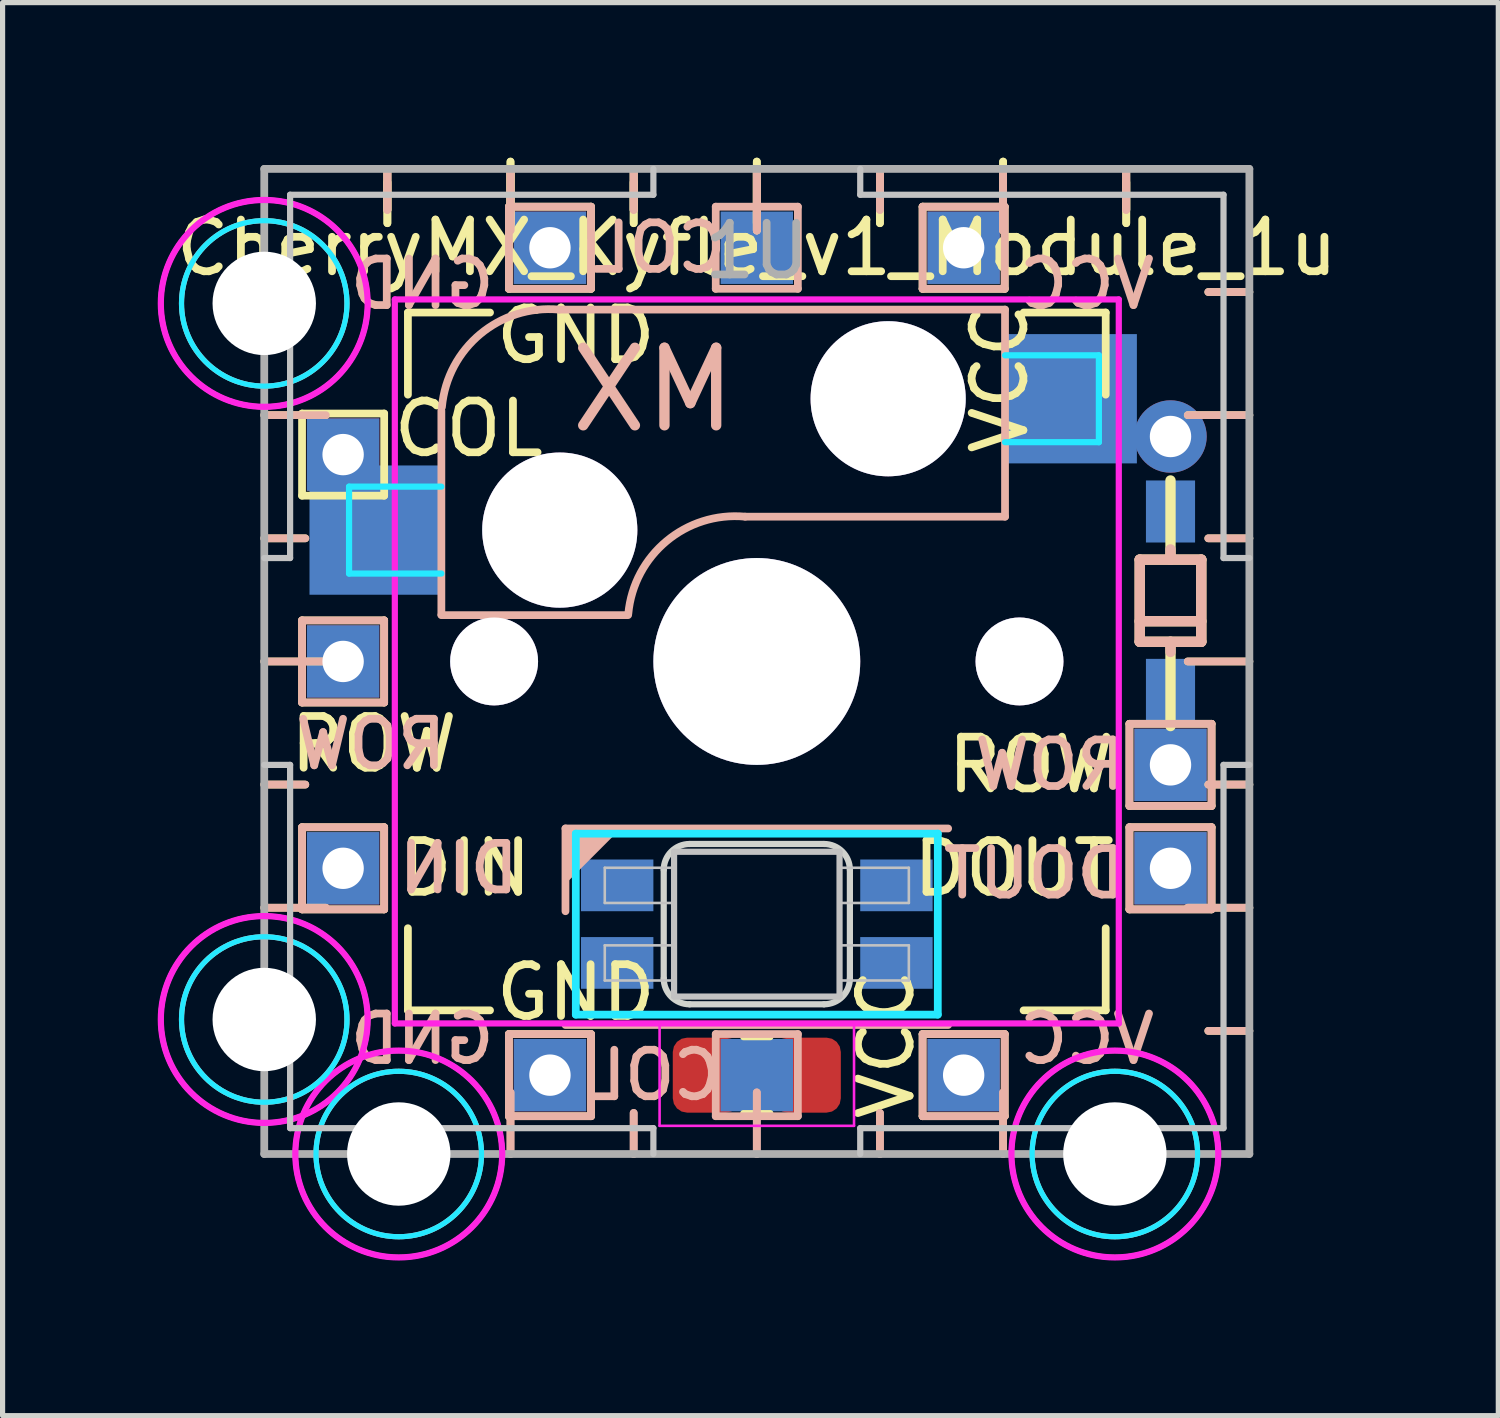
<source format=kicad_pcb>
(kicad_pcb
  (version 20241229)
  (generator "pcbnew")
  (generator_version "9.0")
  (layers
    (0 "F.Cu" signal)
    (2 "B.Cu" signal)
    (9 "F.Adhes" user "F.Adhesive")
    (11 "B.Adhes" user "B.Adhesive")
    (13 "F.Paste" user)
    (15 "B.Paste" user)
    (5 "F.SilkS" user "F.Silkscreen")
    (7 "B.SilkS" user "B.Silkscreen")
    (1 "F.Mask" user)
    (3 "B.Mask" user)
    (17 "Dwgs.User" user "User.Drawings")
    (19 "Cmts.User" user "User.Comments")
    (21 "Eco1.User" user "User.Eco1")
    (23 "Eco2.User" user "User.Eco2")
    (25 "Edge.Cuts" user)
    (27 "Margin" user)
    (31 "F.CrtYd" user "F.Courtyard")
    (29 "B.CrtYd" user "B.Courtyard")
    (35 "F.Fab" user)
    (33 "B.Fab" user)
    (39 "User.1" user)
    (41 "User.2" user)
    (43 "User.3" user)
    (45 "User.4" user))
  (footprint "CherryMX_Kyfle_v1_Module_1u"
    (layer "F.Cu")
    (at 11.585 9.741)
    (property "Reference" "CherryMX_Kyfle_v1_Module_1u" (at 0 -8 0) (unlocked yes) (layer "F.SilkS") (effects (font (size 1 1) (thickness 0.15))))
    (attr through_hole)
    (fp_line (start -8.794 -4.794) (end -7.206 -4.794) (stroke (width 0.15) (type solid)) (layer "F.SilkS"))
    (fp_line (start -8.794 -3.206) (end -8.794 -4.794) (stroke (width 0.15) (type solid)) (layer "F.SilkS"))
    (fp_line (start -8.794 -0.794) (end -7.206 -0.794) (stroke (width 0.15) (type solid)) (layer "F.SilkS"))
    (fp_line (start -8.794 0.794) (end -8.794 -0.794) (stroke (width 0.15) (type solid)) (layer "F.SilkS"))
    (fp_line (start -8.794 3.206) (end -7.206 3.206) (stroke (width 0.15) (type solid)) (layer "F.SilkS"))
    (fp_line (start -8.794 4.794) (end -8.794 3.206) (stroke (width 0.15) (type solid)) (layer "F.SilkS"))
    (fp_line (start -8.731 -7.144) (end -9.525 -7.144) (stroke (width 0.15) (type solid)) (layer "F.SilkS"))
    (fp_line (start -8.731 -2.381) (end -9.525 -2.381) (stroke (width 0.15) (type solid)) (layer "F.SilkS"))
    (fp_line (start -8.731 2.381) (end -9.525 2.381) (stroke (width 0.15) (type solid)) (layer "F.SilkS"))
    (fp_line (start -8.731 7.144) (end -9.525 7.144) (stroke (width 0.15) (type solid)) (layer "F.SilkS"))
    (fp_line (start -8.334 -4.763) (end -9.525 -4.763) (stroke (width 0.15) (type solid)) (layer "F.SilkS"))
    (fp_line (start -8.334 0) (end -9.525 0) (stroke (width 0.15) (type solid)) (layer "F.SilkS"))
    (fp_line (start -8.334 4.763) (end -9.525 4.763) (stroke (width 0.15) (type solid)) (layer "F.SilkS"))
    (fp_line (start -7.206 -4.794) (end -7.206 -3.206) (stroke (width 0.15) (type solid)) (layer "F.SilkS"))
    (fp_line (start -7.206 -3.206) (end -8.794 -3.206) (stroke (width 0.15) (type solid)) (layer "F.SilkS"))
    (fp_line (start -7.206 -0.794) (end -7.206 0.794) (stroke (width 0.15) (type solid)) (layer "F.SilkS"))
    (fp_line (start -7.206 0.794) (end -8.794 0.794) (stroke (width 0.15) (type solid)) (layer "F.SilkS"))
    (fp_line (start -7.206 3.206) (end -7.206 4.794) (stroke (width 0.15) (type solid)) (layer "F.SilkS"))
    (fp_line (start -7.206 4.794) (end -8.794 4.794) (stroke (width 0.15) (type solid)) (layer "F.SilkS"))
    (fp_line (start -7.144 -9.269) (end -7.144 -8.475) (stroke (width 0.15) (type solid)) (layer "F.SilkS"))
    (fp_line (start -7.144 -9.269) (end -7.144 -8.475) (stroke (width 0.15) (type solid)) (layer "F.SilkS"))
    (fp_line (start -7.144 -8.731) (end -7.144 -9.525) (stroke (width 0.15) (type solid)) (layer "F.SilkS"))
    (fp_line (start -7.144 -8.731) (end -7.144 -9.525) (stroke (width 0.15) (type solid)) (layer "F.SilkS"))
    (fp_line (start -6.747 -6.747) (end -5.159 -6.747) (stroke (width 0.15) (type solid)) (layer "F.SilkS"))
    (fp_line (start -6.747 -5.159) (end -6.747 -6.747) (stroke (width 0.15) (type solid)) (layer "F.SilkS"))
    (fp_line (start -6.747 6.747) (end -6.747 5.159) (stroke (width 0.15) (type solid)) (layer "F.SilkS"))
    (fp_line (start -5.159 6.747) (end -6.747 6.747) (stroke (width 0.15) (type solid)) (layer "F.SilkS"))
    (fp_line (start -4.794 -8.794) (end -3.206 -8.794) (stroke (width 0.15) (type solid)) (layer "F.SilkS"))
    (fp_line (start -4.794 -7.206) (end -4.794 -8.794) (stroke (width 0.15) (type solid)) (layer "F.SilkS"))
    (fp_line (start -4.794 7.206) (end -3.206 7.206) (stroke (width 0.15) (type solid)) (layer "F.SilkS"))
    (fp_line (start -4.794 8.794) (end -4.794 7.206) (stroke (width 0.15) (type solid)) (layer "F.SilkS"))
    (fp_line (start -4.763 -9.666) (end -4.763 -8.475) (stroke (width 0.15) (type solid)) (layer "F.SilkS"))
    (fp_line (start -4.763 -9.666) (end -4.763 -8.475) (stroke (width 0.15) (type solid)) (layer "F.SilkS"))
    (fp_line (start -4.763 -8.334) (end -4.763 -9.525) (stroke (width 0.15) (type solid)) (layer "F.SilkS"))
    (fp_line (start -4.763 -8.334) (end -4.763 -9.525) (stroke (width 0.15) (type solid)) (layer "F.SilkS"))
    (fp_line (start -3.206 -8.794) (end -3.206 -7.206) (stroke (width 0.15) (type solid)) (layer "F.SilkS"))
    (fp_line (start -3.206 -7.206) (end -4.794 -7.206) (stroke (width 0.15) (type solid)) (layer "F.SilkS"))
    (fp_line (start -3.206 7.206) (end -3.206 8.794) (stroke (width 0.15) (type solid)) (layer "F.SilkS"))
    (fp_line (start -3.206 8.794) (end -4.794 8.794) (stroke (width 0.15) (type solid)) (layer "F.SilkS"))
    (fp_line (start -2.381 -9.269) (end -2.381 -8.475) (stroke (width 0.15) (type solid)) (layer "F.SilkS"))
    (fp_line (start -2.381 -9.269) (end -2.381 -8.475) (stroke (width 0.15) (type solid)) (layer "F.SilkS"))
    (fp_line (start -2.381 -8.731) (end -2.381 -9.525) (stroke (width 0.15) (type solid)) (layer "F.SilkS"))
    (fp_line (start -2.381 -8.731) (end -2.381 -9.525) (stroke (width 0.15) (type solid)) (layer "F.SilkS"))
    (fp_line (start 0 -9.666) (end 0 -8.475) (stroke (width 0.15) (type solid)) (layer "F.SilkS"))
    (fp_line (start 0 -9.666) (end 0 -8.475) (stroke (width 0.15) (type solid)) (layer "F.SilkS"))
    (fp_line (start 0 -8.334) (end 0 -9.525) (stroke (width 0.15) (type solid)) (layer "F.SilkS"))
    (fp_line (start 0 -8.334) (end 0 -9.525) (stroke (width 0.15) (type solid)) (layer "F.SilkS"))
    (fp_line (start 0.261 7.265) (end -0.261 7.265) (stroke (width 0.12) (type solid)) (layer "F.SilkS"))
    (fp_line (start 0.261 8.735) (end -0.261 8.735) (stroke (width 0.12) (type solid)) (layer "F.SilkS"))
    (fp_line (start 2.381 -9.269) (end 2.381 -8.475) (stroke (width 0.15) (type solid)) (layer "F.SilkS"))
    (fp_line (start 2.381 -9.269) (end 2.381 -8.475) (stroke (width 0.15) (type solid)) (layer "F.SilkS"))
    (fp_line (start 2.381 -8.731) (end 2.381 -9.525) (stroke (width 0.15) (type solid)) (layer "F.SilkS"))
    (fp_line (start 2.381 -8.731) (end 2.381 -9.525) (stroke (width 0.15) (type solid)) (layer "F.SilkS"))
    (fp_line (start 3.206 -8.794) (end 4.794 -8.794) (stroke (width 0.15) (type solid)) (layer "F.SilkS"))
    (fp_line (start 3.206 -7.206) (end 3.206 -8.794) (stroke (width 0.15) (type solid)) (layer "F.SilkS"))
    (fp_line (start 3.206 7.206) (end 4.794 7.206) (stroke (width 0.15) (type solid)) (layer "F.SilkS"))
    (fp_line (start 3.206 8.794) (end 3.206 7.206) (stroke (width 0.15) (type solid)) (layer "F.SilkS"))
    (fp_line (start 4.763 -9.666) (end 4.763 -8.475) (stroke (width 0.15) (type solid)) (layer "F.SilkS"))
    (fp_line (start 4.763 -9.666) (end 4.763 -8.475) (stroke (width 0.15) (type solid)) (layer "F.SilkS"))
    (fp_line (start 4.763 -8.334) (end 4.763 -9.525) (stroke (width 0.15) (type solid)) (layer "F.SilkS"))
    (fp_line (start 4.763 -8.334) (end 4.763 -9.525) (stroke (width 0.15) (type solid)) (layer "F.SilkS"))
    (fp_line (start 4.794 -8.794) (end 4.794 -7.206) (stroke (width 0.15) (type solid)) (layer "F.SilkS"))
    (fp_line (start 4.794 -7.206) (end 3.206 -7.206) (stroke (width 0.15) (type solid)) (layer "F.SilkS"))
    (fp_line (start 4.794 7.206) (end 4.794 8.794) (stroke (width 0.15) (type solid)) (layer "F.SilkS"))
    (fp_line (start 4.794 8.794) (end 3.206 8.794) (stroke (width 0.15) (type solid)) (layer "F.SilkS"))
    (fp_line (start 5.159 -6.747) (end 6.747 -6.747) (stroke (width 0.15) (type solid)) (layer "F.SilkS"))
    (fp_line (start 6.747 -6.747) (end 6.747 -5.159) (stroke (width 0.15) (type solid)) (layer "F.SilkS"))
    (fp_line (start 6.747 5.159) (end 6.747 6.747) (stroke (width 0.15) (type solid)) (layer "F.SilkS"))
    (fp_line (start 6.747 6.747) (end 5.159 6.747) (stroke (width 0.15) (type solid)) (layer "F.SilkS"))
    (fp_line (start 7.144 -9.269) (end 7.144 -8.475) (stroke (width 0.15) (type solid)) (layer "F.SilkS"))
    (fp_line (start 7.144 -9.269) (end 7.144 -8.475) (stroke (width 0.15) (type solid)) (layer "F.SilkS"))
    (fp_line (start 7.144 -8.731) (end 7.144 -9.525) (stroke (width 0.15) (type solid)) (layer "F.SilkS"))
    (fp_line (start 7.144 -8.731) (end 7.144 -9.525) (stroke (width 0.15) (type solid)) (layer "F.SilkS"))
    (fp_line (start 7.206 1.206) (end 8.794 1.206) (stroke (width 0.15) (type solid)) (layer "F.SilkS"))
    (fp_line (start 7.206 2.794) (end 7.206 1.206) (stroke (width 0.15) (type solid)) (layer "F.SilkS"))
    (fp_line (start 7.206 3.206) (end 8.794 3.206) (stroke (width 0.15) (type solid)) (layer "F.SilkS"))
    (fp_line (start 7.206 4.794) (end 7.206 3.206) (stroke (width 0.15) (type solid)) (layer "F.SilkS"))
    (fp_line (start 7.405 -1.969) (end 8.595 -1.969) (stroke (width 0.2) (type solid)) (layer "F.SilkS"))
    (fp_line (start 7.405 -0.778) (end 8.595 -0.778) (stroke (width 0.2) (type solid)) (layer "F.SilkS"))
    (fp_line (start 7.405 -0.381) (end 7.405 -1.969) (stroke (width 0.2) (type solid)) (layer "F.SilkS"))
    (fp_line (start 8 -1.969) (end 8 -3.5) (stroke (width 0.2) (type solid)) (layer "F.SilkS"))
    (fp_line (start 8 1.25) (end 8 -0.381) (stroke (width 0.2) (type solid)) (layer "F.SilkS"))
    (fp_line (start 8.334 -4.763) (end 9.525 -4.763) (stroke (width 0.15) (type solid)) (layer "F.SilkS"))
    (fp_line (start 8.334 0) (end 9.525 0) (stroke (width 0.15) (type solid)) (layer "F.SilkS"))
    (fp_line (start 8.334 4.763) (end 9.525 4.763) (stroke (width 0.15) (type solid)) (layer "F.SilkS"))
    (fp_line (start 8.595 -1.969) (end 8.595 -0.381) (stroke (width 0.2) (type solid)) (layer "F.SilkS"))
    (fp_line (start 8.595 -0.381) (end 7.405 -0.381) (stroke (width 0.2) (type solid)) (layer "F.SilkS"))
    (fp_line (start 8.731 -7.144) (end 9.525 -7.144) (stroke (width 0.15) (type solid)) (layer "F.SilkS"))
    (fp_line (start 8.731 -2.381) (end 9.525 -2.381) (stroke (width 0.15) (type solid)) (layer "F.SilkS"))
    (fp_line (start 8.731 2.381) (end 9.525 2.381) (stroke (width 0.15) (type solid)) (layer "F.SilkS"))
    (fp_line (start 8.731 7.144) (end 9.525 7.144) (stroke (width 0.15) (type solid)) (layer "F.SilkS"))
    (fp_line (start 8.794 1.206) (end 8.794 2.794) (stroke (width 0.15) (type solid)) (layer "F.SilkS"))
    (fp_line (start 8.794 2.794) (end 7.206 2.794) (stroke (width 0.15) (type solid)) (layer "F.SilkS"))
    (fp_line (start 8.794 3.206) (end 8.794 4.794) (stroke (width 0.15) (type solid)) (layer "F.SilkS"))
    (fp_line (start 8.794 4.794) (end 7.206 4.794) (stroke (width 0.15) (type solid)) (layer "F.SilkS"))
    (fp_circle (center -9.525 -6.924) (end -7.525 -6.924) (stroke (width 0.1) (type solid)) (fill no) (layer "F.SilkS"))
    (fp_circle (center -9.525 6.924) (end -7.525 6.924) (stroke (width 0.1) (type solid)) (fill no) (layer "F.SilkS"))
    (fp_circle (center -6.924 9.525) (end -4.924 9.525) (stroke (width 0.1) (type solid)) (fill no) (layer "F.SilkS"))
    (fp_circle (center 6.924 9.525) (end 8.924 9.525) (stroke (width 0.1) (type solid)) (fill no) (layer "F.SilkS"))
    (fp_line (start -8.794 -0.794) (end -8.794 0.794) (stroke (width 0.15) (type solid)) (layer "B.SilkS"))
    (fp_line (start -8.794 0.794) (end -7.206 0.794) (stroke (width 0.15) (type solid)) (layer "B.SilkS"))
    (fp_line (start -8.794 3.206) (end -8.794 4.794) (stroke (width 0.15) (type solid)) (layer "B.SilkS"))
    (fp_line (start -8.794 4.794) (end -7.206 4.794) (stroke (width 0.15) (type solid)) (layer "B.SilkS"))
    (fp_line (start -8.731 -7.144) (end -9.525 -7.144) (stroke (width 0.15) (type solid)) (layer "B.SilkS"))
    (fp_line (start -8.731 -2.381) (end -9.525 -2.381) (stroke (width 0.15) (type solid)) (layer "B.SilkS"))
    (fp_line (start -8.731 2.381) (end -9.525 2.381) (stroke (width 0.15) (type solid)) (layer "B.SilkS"))
    (fp_line (start -8.731 7.144) (end -9.525 7.144) (stroke (width 0.15) (type solid)) (layer "B.SilkS"))
    (fp_line (start -8.334 -4.763) (end -9.525 -4.763) (stroke (width 0.15) (type solid)) (layer "B.SilkS"))
    (fp_line (start -8.334 0) (end -9.525 0) (stroke (width 0.15) (type solid)) (layer "B.SilkS"))
    (fp_line (start -8.334 4.763) (end -9.525 4.763) (stroke (width 0.15) (type solid)) (layer "B.SilkS"))
    (fp_line (start -7.206 -0.794) (end -8.794 -0.794) (stroke (width 0.15) (type solid)) (layer "B.SilkS"))
    (fp_line (start -7.206 0.794) (end -7.206 -0.794) (stroke (width 0.15) (type solid)) (layer "B.SilkS"))
    (fp_line (start -7.206 3.206) (end -8.794 3.206) (stroke (width 0.15) (type solid)) (layer "B.SilkS"))
    (fp_line (start -7.206 4.794) (end -7.206 3.206) (stroke (width 0.15) (type solid)) (layer "B.SilkS"))
    (fp_line (start -7.144 -8.731) (end -7.144 -9.525) (stroke (width 0.15) (type solid)) (layer "B.SilkS"))
    (fp_line (start -7.144 -8.731) (end -7.144 -9.525) (stroke (width 0.15) (type solid)) (layer "B.SilkS"))
    (fp_line (start -7.144 8.731) (end -7.144 9.525) (stroke (width 0.15) (type solid)) (layer "B.SilkS"))
    (fp_line (start -7.144 8.731) (end -7.144 9.525) (stroke (width 0.15) (type solid)) (layer "B.SilkS"))
    (fp_line (start -6.1 -4.85) (end -6.1 -0.905) (stroke (width 0.15) (type solid)) (layer "B.SilkS"))
    (fp_line (start -6.1 -0.896) (end -2.49 -0.896) (stroke (width 0.15) (type solid)) (layer "B.SilkS"))
    (fp_line (start -4.794 -8.794) (end -4.794 -7.206) (stroke (width 0.15) (type solid)) (layer "B.SilkS"))
    (fp_line (start -4.794 -7.206) (end -3.206 -7.206) (stroke (width 0.15) (type solid)) (layer "B.SilkS"))
    (fp_line (start -4.794 7.206) (end -4.794 8.794) (stroke (width 0.15) (type solid)) (layer "B.SilkS"))
    (fp_line (start -4.794 8.794) (end -3.206 8.794) (stroke (width 0.15) (type solid)) (layer "B.SilkS"))
    (fp_line (start -4.763 -8.334) (end -4.763 -9.525) (stroke (width 0.15) (type solid)) (layer "B.SilkS"))
    (fp_line (start -4.763 -8.334) (end -4.763 -9.525) (stroke (width 0.15) (type solid)) (layer "B.SilkS"))
    (fp_line (start -4.763 8.334) (end -4.763 9.525) (stroke (width 0.15) (type solid)) (layer "B.SilkS"))
    (fp_line (start -4.763 8.334) (end -4.763 9.525) (stroke (width 0.15) (type solid)) (layer "B.SilkS"))
    (fp_line (start -3.7 4.83) (end -3.7 3.23) (stroke (width 0.15) (type solid)) (layer "B.SilkS"))
    (fp_line (start -3.206 -8.794) (end -4.794 -8.794) (stroke (width 0.15) (type solid)) (layer "B.SilkS"))
    (fp_line (start -3.206 -7.206) (end -3.206 -8.794) (stroke (width 0.15) (type solid)) (layer "B.SilkS"))
    (fp_line (start -3.206 7.206) (end -4.794 7.206) (stroke (width 0.15) (type solid)) (layer "B.SilkS"))
    (fp_line (start -3.206 8.794) (end -3.206 7.206) (stroke (width 0.15) (type solid)) (layer "B.SilkS"))
    (fp_line (start -2.381 -8.731) (end -2.381 -9.525) (stroke (width 0.15) (type solid)) (layer "B.SilkS"))
    (fp_line (start -2.381 -8.731) (end -2.381 -9.525) (stroke (width 0.15) (type solid)) (layer "B.SilkS"))
    (fp_line (start -2.381 8.731) (end -2.381 9.525) (stroke (width 0.15) (type solid)) (layer "B.SilkS"))
    (fp_line (start -2.381 8.731) (end -2.381 9.525) (stroke (width 0.15) (type solid)) (layer "B.SilkS"))
    (fp_line (start -0.794 -8.794) (end -0.794 -7.206) (stroke (width 0.15) (type solid)) (layer "B.SilkS"))
    (fp_line (start -0.794 -7.206) (end 0.794 -7.206) (stroke (width 0.15) (type solid)) (layer "B.SilkS"))
    (fp_line (start -0.794 7.206) (end -0.794 8.794) (stroke (width 0.15) (type solid)) (layer "B.SilkS"))
    (fp_line (start -0.794 8.794) (end 0.794 8.794) (stroke (width 0.15) (type solid)) (layer "B.SilkS"))
    (fp_line (start 0 -8.334) (end 0 -9.525) (stroke (width 0.15) (type solid)) (layer "B.SilkS"))
    (fp_line (start 0 -8.334) (end 0 -9.525) (stroke (width 0.15) (type solid)) (layer "B.SilkS"))
    (fp_line (start 0 8.334) (end 0 9.525) (stroke (width 0.15) (type solid)) (layer "B.SilkS"))
    (fp_line (start 0 8.334) (end 0 9.525) (stroke (width 0.15) (type solid)) (layer "B.SilkS"))
    (fp_line (start 0.794 -8.794) (end -0.794 -8.794) (stroke (width 0.15) (type solid)) (layer "B.SilkS"))
    (fp_line (start 0.794 -7.206) (end 0.794 -8.794) (stroke (width 0.15) (type solid)) (layer "B.SilkS"))
    (fp_line (start 0.794 7.206) (end -0.794 7.206) (stroke (width 0.15) (type solid)) (layer "B.SilkS"))
    (fp_line (start 0.794 8.794) (end 0.794 7.206) (stroke (width 0.15) (type solid)) (layer "B.SilkS"))
    (fp_line (start 2.381 -8.731) (end 2.381 -9.525) (stroke (width 0.15) (type solid)) (layer "B.SilkS"))
    (fp_line (start 2.381 -8.731) (end 2.381 -9.525) (stroke (width 0.15) (type solid)) (layer "B.SilkS"))
    (fp_line (start 2.381 8.731) (end 2.381 9.525) (stroke (width 0.15) (type solid)) (layer "B.SilkS"))
    (fp_line (start 2.381 8.731) (end 2.381 9.525) (stroke (width 0.15) (type solid)) (layer "B.SilkS"))
    (fp_line (start 3.206 -8.794) (end 3.206 -7.206) (stroke (width 0.15) (type solid)) (layer "B.SilkS"))
    (fp_line (start 3.206 -7.206) (end 4.794 -7.206) (stroke (width 0.15) (type solid)) (layer "B.SilkS"))
    (fp_line (start 3.206 7.206) (end 3.206 8.794) (stroke (width 0.15) (type solid)) (layer "B.SilkS"))
    (fp_line (start 3.206 8.794) (end 4.794 8.794) (stroke (width 0.15) (type solid)) (layer "B.SilkS"))
    (fp_line (start 3.7 3.23) (end -3.7 3.23) (stroke (width 0.15) (type solid)) (layer "B.SilkS"))
    (fp_line (start 3.7 7.03) (end -3.7 7.03) (stroke (width 0.15) (type solid)) (layer "B.SilkS"))
    (fp_line (start 4.763 -8.334) (end 4.763 -9.525) (stroke (width 0.15) (type solid)) (layer "B.SilkS"))
    (fp_line (start 4.763 -8.334) (end 4.763 -9.525) (stroke (width 0.15) (type solid)) (layer "B.SilkS"))
    (fp_line (start 4.763 8.334) (end 4.763 9.525) (stroke (width 0.15) (type solid)) (layer "B.SilkS"))
    (fp_line (start 4.763 8.334) (end 4.763 9.525) (stroke (width 0.15) (type solid)) (layer "B.SilkS"))
    (fp_line (start 4.794 -8.794) (end 3.206 -8.794) (stroke (width 0.15) (type solid)) (layer "B.SilkS"))
    (fp_line (start 4.794 -7.206) (end 4.794 -8.794) (stroke (width 0.15) (type solid)) (layer "B.SilkS"))
    (fp_line (start 4.794 7.206) (end 3.206 7.206) (stroke (width 0.15) (type solid)) (layer "B.SilkS"))
    (fp_line (start 4.794 8.794) (end 4.794 7.206) (stroke (width 0.15) (type solid)) (layer "B.SilkS"))
    (fp_line (start 4.8 -6.804) (end -3.825 -6.804) (stroke (width 0.15) (type solid)) (layer "B.SilkS"))
    (fp_line (start 4.8 -2.8) (end -0.225 -2.8) (stroke (width 0.15) (type solid)) (layer "B.SilkS"))
    (fp_line (start 4.8 -2.8) (end 4.8 -6.804) (stroke (width 0.15) (type solid)) (layer "B.SilkS"))
    (fp_line (start 7.144 -8.731) (end 7.144 -9.525) (stroke (width 0.15) (type solid)) (layer "B.SilkS"))
    (fp_line (start 7.144 -8.731) (end 7.144 -9.525) (stroke (width 0.15) (type solid)) (layer "B.SilkS"))
    (fp_line (start 7.144 8.731) (end 7.144 9.525) (stroke (width 0.15) (type solid)) (layer "B.SilkS"))
    (fp_line (start 7.144 8.731) (end 7.144 9.525) (stroke (width 0.15) (type solid)) (layer "B.SilkS"))
    (fp_line (start 7.206 1.206) (end 7.206 2.794) (stroke (width 0.15) (type solid)) (layer "B.SilkS"))
    (fp_line (start 7.206 2.794) (end 8.794 2.794) (stroke (width 0.15) (type solid)) (layer "B.SilkS"))
    (fp_line (start 7.206 3.206) (end 7.206 4.794) (stroke (width 0.15) (type solid)) (layer "B.SilkS"))
    (fp_line (start 7.206 4.794) (end 8.794 4.794) (stroke (width 0.15) (type solid)) (layer "B.SilkS"))
    (fp_line (start 7.405 -1.969) (end 7.405 -0.381) (stroke (width 0.2) (type solid)) (layer "B.SilkS"))
    (fp_line (start 7.405 -0.381) (end 8.595 -0.381) (stroke (width 0.2) (type solid)) (layer "B.SilkS"))
    (fp_line (start 8 -1.969) (end 8 -2.167) (stroke (width 0.2) (type solid)) (layer "B.SilkS"))
    (fp_line (start 8 -0.183) (end 8 -0.381) (stroke (width 0.2) (type solid)) (layer "B.SilkS"))
    (fp_line (start 8.334 -4.763) (end 9.525 -4.763) (stroke (width 0.15) (type solid)) (layer "B.SilkS"))
    (fp_line (start 8.334 0) (end 9.525 0) (stroke (width 0.15) (type solid)) (layer "B.SilkS"))
    (fp_line (start 8.334 4.763) (end 9.525 4.763) (stroke (width 0.15) (type solid)) (layer "B.SilkS"))
    (fp_line (start 8.595 -1.969) (end 7.405 -1.969) (stroke (width 0.2) (type solid)) (layer "B.SilkS"))
    (fp_line (start 8.595 -0.778) (end 7.405 -0.778) (stroke (width 0.2) (type solid)) (layer "B.SilkS"))
    (fp_line (start 8.595 -0.381) (end 8.595 -1.969) (stroke (width 0.2) (type solid)) (layer "B.SilkS"))
    (fp_line (start 8.731 -7.144) (end 9.525 -7.144) (stroke (width 0.15) (type solid)) (layer "B.SilkS"))
    (fp_line (start 8.731 -2.381) (end 9.525 -2.381) (stroke (width 0.15) (type solid)) (layer "B.SilkS"))
    (fp_line (start 8.731 2.381) (end 9.525 2.381) (stroke (width 0.15) (type solid)) (layer "B.SilkS"))
    (fp_line (start 8.731 7.144) (end 9.525 7.144) (stroke (width 0.15) (type solid)) (layer "B.SilkS"))
    (fp_line (start 8.794 1.206) (end 7.206 1.206) (stroke (width 0.15) (type solid)) (layer "B.SilkS"))
    (fp_line (start 8.794 2.794) (end 8.794 1.206) (stroke (width 0.15) (type solid)) (layer "B.SilkS"))
    (fp_line (start 8.794 3.206) (end 7.206 3.206) (stroke (width 0.15) (type solid)) (layer "B.SilkS"))
    (fp_line (start 8.794 4.794) (end 8.794 3.206) (stroke (width 0.15) (type solid)) (layer "B.SilkS"))
    (fp_arc (start -6.089 -4.92) (mid -5.347189 -6.33089) (end -3.825 -6.804) (stroke (width 0.15) (type solid)) (layer "B.SilkS"))
    (fp_arc (start -2.485 -0.92) (mid -1.744361 -2.328061) (end -0.225 -2.8) (stroke (width 0.15) (type solid)) (layer "B.SilkS"))
    (fp_circle (center -9.525 -6.924) (end -7.925 -6.924) (stroke (width 0.1) (type solid)) (fill no) (layer "B.SilkS"))
    (fp_circle (center -9.525 6.924) (end -7.925 6.924) (stroke (width 0.1) (type solid)) (fill no) (layer "B.SilkS"))
    (fp_circle (center -6.924 9.525) (end -5.324 9.525) (stroke (width 0.1) (type solid)) (fill no) (layer "B.SilkS"))
    (fp_circle (center 6.924 9.525) (end 8.524 9.525) (stroke (width 0.1) (type solid)) (fill no) (layer "B.SilkS"))
    (fp_poly (pts (xy -3.699 4.23) (xy -2.7 3.23) (xy -3.7 3.23)) (stroke (width 0.1) (type solid)) (fill yes) (layer "B.SilkS"))
    (fp_line (start -9.025 -9.025) (end -2 -9.025) (stroke (width 0.12) (type solid)) (layer "Dwgs.User"))
    (fp_line (start -9.025 -2) (end -9.525 -2) (stroke (width 0.12) (type solid)) (layer "Dwgs.User"))
    (fp_line (start -9.025 -2) (end -9.025 -9.025) (stroke (width 0.12) (type solid)) (layer "Dwgs.User"))
    (fp_line (start -9.025 2) (end -9.525 2) (stroke (width 0.12) (type solid)) (layer "Dwgs.User"))
    (fp_line (start -9.025 9.025) (end -9.025 2) (stroke (width 0.12) (type solid)) (layer "Dwgs.User"))
    (fp_line (start -2.94 3.99) (end -1.6 3.99) (stroke (width 0.05) (type solid)) (layer "Dwgs.User"))
    (fp_line (start -2.94 4.67) (end -2.94 3.99) (stroke (width 0.05) (type solid)) (layer "Dwgs.User"))
    (fp_line (start -2.94 5.49) (end -2.94 6.17) (stroke (width 0.05) (type solid)) (layer "Dwgs.User"))
    (fp_line (start -2.94 5.49) (end -1.6 5.49) (stroke (width 0.05) (type solid)) (layer "Dwgs.User"))
    (fp_line (start -2 -9.025) (end -2 -9.525) (stroke (width 0.12) (type solid)) (layer "Dwgs.User"))
    (fp_line (start -2 9.025) (end -9.025 9.025) (stroke (width 0.12) (type solid)) (layer "Dwgs.User"))
    (fp_line (start -2 9.025) (end -2 9.525) (stroke (width 0.12) (type solid)) (layer "Dwgs.User"))
    (fp_line (start -1.6 3.68) (end -1.6 6.48) (stroke (width 0.12) (type solid)) (layer "Dwgs.User"))
    (fp_line (start -1.6 4.67) (end -2.94 4.67) (stroke (width 0.05) (type solid)) (layer "Dwgs.User"))
    (fp_line (start -1.6 6.17) (end -2.94 6.17) (stroke (width 0.05) (type solid)) (layer "Dwgs.User"))
    (fp_line (start -1.6 6.48) (end 1.6 6.48) (stroke (width 0.12) (type solid)) (layer "Dwgs.User"))
    (fp_line (start 1.6 3.68) (end -1.6 3.68) (stroke (width 0.12) (type solid)) (layer "Dwgs.User"))
    (fp_line (start 1.6 4.67) (end 2.94 4.67) (stroke (width 0.05) (type solid)) (layer "Dwgs.User"))
    (fp_line (start 1.6 6.17) (end 2.94 6.17) (stroke (width 0.05) (type solid)) (layer "Dwgs.User"))
    (fp_line (start 1.6 6.48) (end 1.6 3.68) (stroke (width 0.12) (type solid)) (layer "Dwgs.User"))
    (fp_line (start 2 -9.025) (end 2 -9.525) (stroke (width 0.12) (type solid)) (layer "Dwgs.User"))
    (fp_line (start 2 -9.025) (end 9.025 -9.025) (stroke (width 0.12) (type solid)) (layer "Dwgs.User"))
    (fp_line (start 2 9.025) (end 2 9.525) (stroke (width 0.12) (type solid)) (layer "Dwgs.User"))
    (fp_line (start 2.94 3.99) (end 1.6 3.99) (stroke (width 0.05) (type solid)) (layer "Dwgs.User"))
    (fp_line (start 2.94 4.67) (end 2.94 3.99) (stroke (width 0.05) (type solid)) (layer "Dwgs.User"))
    (fp_line (start 2.94 5.49) (end 1.6 5.49) (stroke (width 0.05) (type solid)) (layer "Dwgs.User"))
    (fp_line (start 2.94 5.49) (end 2.94 6.17) (stroke (width 0.05) (type solid)) (layer "Dwgs.User"))
    (fp_line (start 9.025 -9.025) (end 9.025 -2) (stroke (width 0.12) (type solid)) (layer "Dwgs.User"))
    (fp_line (start 9.025 -2) (end 9.525 -2) (stroke (width 0.12) (type solid)) (layer "Dwgs.User"))
    (fp_line (start 9.025 2) (end 9.025 9.025) (stroke (width 0.12) (type solid)) (layer "Dwgs.User"))
    (fp_line (start 9.025 2) (end 9.525 2) (stroke (width 0.12) (type solid)) (layer "Dwgs.User"))
    (fp_line (start 9.025 9.025) (end 2 9.025) (stroke (width 0.12) (type solid)) (layer "Dwgs.User"))
    (fp_line (start -1.8 4.03) (end -1.8 6.13) (stroke (width 0.12) (type solid)) (layer "Edge.Cuts"))
    (fp_line (start -1.3 6.63) (end 1.3 6.63) (stroke (width 0.12) (type solid)) (layer "Edge.Cuts"))
    (fp_line (start 1.3 3.53) (end -1.3 3.53) (stroke (width 0.12) (type solid)) (layer "Edge.Cuts"))
    (fp_line (start 1.8 6.13) (end 1.8 4.03) (stroke (width 0.12) (type solid)) (layer "Edge.Cuts"))
    (fp_arc (start -1.8 4.03) (mid -1.653553 3.676447) (end -1.3 3.53) (stroke (width 0.12) (type solid)) (layer "Edge.Cuts"))
    (fp_arc (start -1.3 6.63) (mid -1.653553 6.483553) (end -1.8 6.13) (stroke (width 0.12) (type solid)) (layer "Edge.Cuts"))
    (fp_arc (start 1.3 3.53) (mid 1.653553 3.676447) (end 1.8 4.03) (stroke (width 0.12) (type solid)) (layer "Edge.Cuts"))
    (fp_arc (start 1.8 6.13) (mid 1.653553 6.483553) (end 1.3 6.63) (stroke (width 0.12) (type solid)) (layer "Edge.Cuts"))
    (fp_line (start -7.885 -3.38) (end -7.885 -1.7) (stroke (width 0.12) (type solid)) (layer "B.CrtYd"))
    (fp_line (start -7.885 -3.38) (end -6.1 -3.38) (stroke (width 0.12) (type solid)) (layer "B.CrtYd"))
    (fp_line (start -7.885 -1.7) (end -6.1 -1.7) (stroke (width 0.12) (type solid)) (layer "B.CrtYd"))
    (fp_line (start -3.5 3.33) (end -3.5 6.83) (stroke (width 0.15) (type solid)) (layer "B.CrtYd"))
    (fp_line (start -3.5 6.83) (end 3.5 6.83) (stroke (width 0.15) (type solid)) (layer "B.CrtYd"))
    (fp_line (start 3.5 3.33) (end -3.5 3.33) (stroke (width 0.15) (type solid)) (layer "B.CrtYd"))
    (fp_line (start 3.5 6.83) (end 3.5 3.33) (stroke (width 0.15) (type solid)) (layer "B.CrtYd"))
    (fp_line (start 4.8 -5.92) (end 6.615 -5.92) (stroke (width 0.12) (type solid)) (layer "B.CrtYd"))
    (fp_line (start 6.615 -5.92) (end 6.615 -4.24) (stroke (width 0.12) (type solid)) (layer "B.CrtYd"))
    (fp_line (start 6.615 -4.24) (end 4.8 -4.24) (stroke (width 0.12) (type solid)) (layer "B.CrtYd"))
    (fp_circle (center -9.525 -6.924) (end -7.925 -6.924) (stroke (width 0.1) (type solid)) (fill no) (layer "B.CrtYd"))
    (fp_circle (center -9.525 6.924) (end -7.925 6.924) (stroke (width 0.1) (type solid)) (fill no) (layer "B.CrtYd"))
    (fp_circle (center -6.924 9.525) (end -5.324 9.525) (stroke (width 0.1) (type solid)) (fill no) (layer "B.CrtYd"))
    (fp_circle (center 6.924 9.525) (end 8.524 9.525) (stroke (width 0.1) (type solid)) (fill no) (layer "B.CrtYd"))
    (fp_line (start -7 -7) (end 7 -7) (stroke (width 0.12) (type solid)) (layer "F.CrtYd"))
    (fp_line (start -7 7) (end -7 -7) (stroke (width 0.12) (type solid)) (layer "F.CrtYd"))
    (fp_line (start -1.88 7.02) (end 1.88 7.02) (stroke (width 0.05) (type solid)) (layer "F.CrtYd"))
    (fp_line (start -1.88 8.98) (end -1.88 7.02) (stroke (width 0.05) (type solid)) (layer "F.CrtYd"))
    (fp_line (start 1.88 7.02) (end 1.88 8.98) (stroke (width 0.05) (type solid)) (layer "F.CrtYd"))
    (fp_line (start 1.88 8.98) (end -1.88 8.98) (stroke (width 0.05) (type solid)) (layer "F.CrtYd"))
    (fp_line (start 7 -7) (end 7 7) (stroke (width 0.12) (type solid)) (layer "F.CrtYd"))
    (fp_line (start 7 7) (end -7 7) (stroke (width 0.12) (type solid)) (layer "F.CrtYd"))
    (fp_circle (center -9.525 -6.924) (end -7.525 -6.924) (stroke (width 0.12) (type solid)) (fill no) (layer "F.CrtYd"))
    (fp_circle (center -9.525 6.924) (end -7.525 6.924) (stroke (width 0.12) (type solid)) (fill no) (layer "F.CrtYd"))
    (fp_circle (center -6.924 9.525) (end -4.924 9.525) (stroke (width 0.12) (type solid)) (fill no) (layer "F.CrtYd"))
    (fp_circle (center 6.924 9.525) (end 8.924 9.525) (stroke (width 0.12) (type solid)) (fill no) (layer "F.CrtYd"))
    (fp_line (start -9.525 -9.525) (end 9.525 -9.525) (stroke (width 0.15) (type solid)) (layer "F.Fab"))
    (fp_line (start -9.525 9.525) (end -9.525 -9.525) (stroke (width 0.15) (type solid)) (layer "F.Fab"))
    (fp_line (start 9.525 -9.525) (end 9.525 9.525) (stroke (width 0.15) (type solid)) (layer "F.Fab"))
    (fp_line (start 9.525 9.525) (end -9.525 9.525) (stroke (width 0.15) (type solid)) (layer "F.Fab"))
    (fp_text user "ROW" (at 7 2 0) (unlocked yes) (layer "F.SilkS") (effects (font (size 1 1) (thickness 0.15)) (justify right)))
    (fp_text user "VCC" (at 2.5 7.4 90) (unlocked yes) (layer "F.SilkS") (effects (font (size 1 1) (thickness 0.15))))
    (fp_text user "COL" (at -7.1 -4.5 0) (unlocked yes) (layer "F.SilkS") (effects (font (size 1 1) (thickness 0.15)) (justify left)))
    (fp_text user "DOUT" (at 7 4 0) (unlocked yes) (layer "F.SilkS") (effects (font (size 1 1) (thickness 0.15)) (justify right)))
    (fp_text user "GND" (at -3.5 6.4 0) (unlocked yes) (layer "F.SilkS") (effects (font (size 1 1) (thickness 0.15))))
    (fp_text user "DIN" (at -7 4 0) (unlocked yes) (layer "F.SilkS") (effects (font (size 1 1) (thickness 0.15)) (justify left)))
    (fp_text user "GND" (at -3.5 -6.3 0) (unlocked yes) (layer "F.SilkS") (effects (font (size 1 1) (thickness 0.15))))
    (fp_text user "ROW" (at -9.1 1.6 0) (unlocked yes) (layer "F.SilkS") (effects (font (size 1 1) (thickness 0.15)) (justify left)))
    (fp_text user "VCC" (at 4.7 -7 90) (unlocked yes) (layer "F.SilkS") (effects (font (size 1 1) (thickness 0.15)) (justify right)))
    (fp_text user "GND" (at -5 7.3 0) (unlocked yes) (layer "B.SilkS") (effects (font (size 0.9 0.9) (thickness 0.15)) (justify left mirror)))
    (fp_text user "COL" (at -1.9 -8 0) (unlocked yes) (layer "B.SilkS") (effects (font (size 0.9 0.9) (thickness 0.15)) (justify mirror)))
    (fp_text user "GND" (at -5 -7.3 0) (unlocked yes) (layer "B.SilkS") (effects (font (size 0.9 0.9) (thickness 0.15)) (justify left mirror)))
    (fp_text user "COL" (at -0.6 8 0) (unlocked yes) (layer "B.SilkS") (effects (font (size 0.9 0.9) (thickness 0.15)) (justify left mirror)))
    (fp_text user "DIN" (at -7 4 0) (unlocked yes) (layer "B.SilkS") (effects (font (size 0.9 0.9) (thickness 0.15)) (justify right mirror)))
    (fp_text user "MX" (at -2 -5.25 0) (unlocked yes) (layer "B.SilkS") (effects (font (size 1.5 1.5) (thickness 0.2)) (justify mirror)))
    (fp_text user "DOUT" (at 7.2 4.1 0) (unlocked yes) (layer "B.SilkS") (effects (font (size 0.9 0.9) (thickness 0.15)) (justify left mirror)))
    (fp_text user "ROW" (at 7.2 2 0) (unlocked yes) (layer "B.SilkS") (effects (font (size 0.9 0.9) (thickness 0.15)) (justify left mirror)))
    (fp_text user "VCC" (at 5 -7.3 0) (unlocked yes) (layer "B.SilkS") (effects (font (size 0.9 0.9) (thickness 0.15)) (justify right mirror)))
    (fp_text user "VCC" (at 5 7.3 0) (unlocked yes) (layer "B.SilkS") (effects (font (size 0.9 0.9) (thickness 0.15)) (justify right mirror)))
    (fp_text user "ROW" (at -9 1.6 0) (unlocked yes) (layer "B.SilkS") (effects (font (size 0.9 0.9) (thickness 0.15)) (justify right mirror)))
    (fp_text user "1U" (at 0 -7.938 0) (layer "F.Fab") (effects (font (size 1 1) (thickness 0.15))))
    (pad "" np_thru_hole circle (at -9.525 -6.924) (size 2 2) (drill 2) (layers "*.Cu" "*.Mask"))
    (pad "" np_thru_hole circle (at -9.525 6.924) (size 2 2) (drill 2) (layers "*.Cu" "*.Mask"))
    (pad "" np_thru_hole circle (at -6.924 9.525) (size 2 2) (drill 2) (layers "*.Cu" "*.Mask"))
    (pad "" np_thru_hole circle (at 6.924 9.525) (size 2 2) (drill 2) (layers "*.Cu" "*.Mask"))
    (pad "1" smd roundrect (at 0.975 8 180) (size 1.3 1.45) (layers "F.Cu" "F.Mask" "F.Paste") (roundrect_rratio 0.213))
    (pad "1" smd rect (at 2.7 5.83 180) (size 1.4 1) (layers "B.Cu" "B.Mask" "B.Paste"))
    (pad "1" thru_hole rect (at 4 -8 90) (size 1.4 1.4) (drill 0.8) (layers "*.Cu" "*.Mask"))
    (pad "1" thru_hole rect (at 4 8 90) (size 1.4 1.4) (drill 0.8) (layers "*.Cu" "*.Mask"))
    (pad "2" smd rect (at 2.7 4.33 180) (size 1.4 1) (layers "B.Cu" "B.Mask" "B.Paste"))
    (pad "2" thru_hole rect (at 8 4 90) (size 1.4 1.4) (drill 0.8) (layers "*.Cu" "*.Mask"))
    (pad "3" thru_hole circle (at -5.08 0) (size 1.7 1.7) (drill 1.7) (layers "*.Cu" "*.Mask"))
    (pad "3" thru_hole rect (at -4 -8 90) (size 1.4 1.4) (drill 0.8) (layers "*.Cu" "*.Mask"))
    (pad "3" thru_hole rect (at -4 8 90) (size 1.4 1.4) (drill 0.8) (layers "*.Cu" "*.Mask"))
    (pad "3" thru_hole circle (at -3.81 -2.54 180) (size 3 3) (drill 3) (layers "*.Cu" "*.Mask"))
    (pad "3" smd rect (at -2.7 4.33 180) (size 1.4 1) (layers "B.Cu" "B.Mask" "B.Paste"))
    (pad "3" smd roundrect (at -0.975 8 180) (size 1.3 1.45) (layers "F.Cu" "F.Mask" "F.Paste") (roundrect_rratio 0.213))
    (pad "3" thru_hole circle (at 0 0 90) (size 4 4) (drill 4) (layers "*.Cu" "*.Mask"))
    (pad "3" thru_hole circle (at 2.54 -5.08 180) (size 3 3) (drill 3) (layers "*.Cu" "*.Mask"))
    (pad "3" thru_hole circle (at 5.08 0) (size 1.7 1.7) (drill 1.7) (layers "*.Cu" "*.Mask"))
    (pad "4" thru_hole rect (at -8 4 90) (size 1.4 1.4) (drill 0.8) (layers "*.Cu" "*.Mask"))
    (pad "4" smd rect (at -2.7 5.83 180) (size 1.4 1) (layers "B.Cu" "B.Mask" "B.Paste"))
    (pad "5" thru_hole rect (at -8 -4 90) (size 1.4 1.4) (drill 0.8) (layers "*.Cu" "*.Mask"))
    (pad "5" smd rect (at -7.375 -2.54) (size 2.55 2.5) (layers "B.Cu" "B.Mask" "B.Paste"))
    (pad "5" smd rect (at 0 -8 90) (size 1.4 1.4) (layers "B.Cu" "B.Mask"))
    (pad "5" smd rect (at 0 8 90) (size 1.4 1.4) (layers "B.Cu" "B.Mask"))
    (pad "6" smd rect (at 6.075 -5.08) (size 2.55 2.5) (layers "B.Cu" "B.Mask" "B.Paste"))
    (pad "6" thru_hole circle (at 8 -4.35 90) (size 1.4 1.4) (drill 0.8) (layers "*.Cu" "*.Mask"))
    (pad "6" smd rect (at 8 -2.9 90) (size 1.2 0.95) (layers "B.Cu" "B.Mask" "B.Paste"))
    (pad "7" thru_hole rect (at -8 0 90) (size 1.4 1.4) (drill 0.8) (layers "*.Cu" "*.Mask"))
    (pad "7" smd rect (at 8 0.55 90) (size 1.2 0.95) (layers "B.Cu" "B.Mask" "B.Paste"))
    (pad "7" thru_hole rect (at 8 2 90) (size 1.4 1.4) (drill 0.8) (layers "*.Cu" "*.Mask")))
  (gr_rect
    (start -3 -3)
    (end 25.924 24.326)
    (stroke (width 0.1) (type default))
    (fill no)
    (layer "Edge.Cuts")))
</source>
